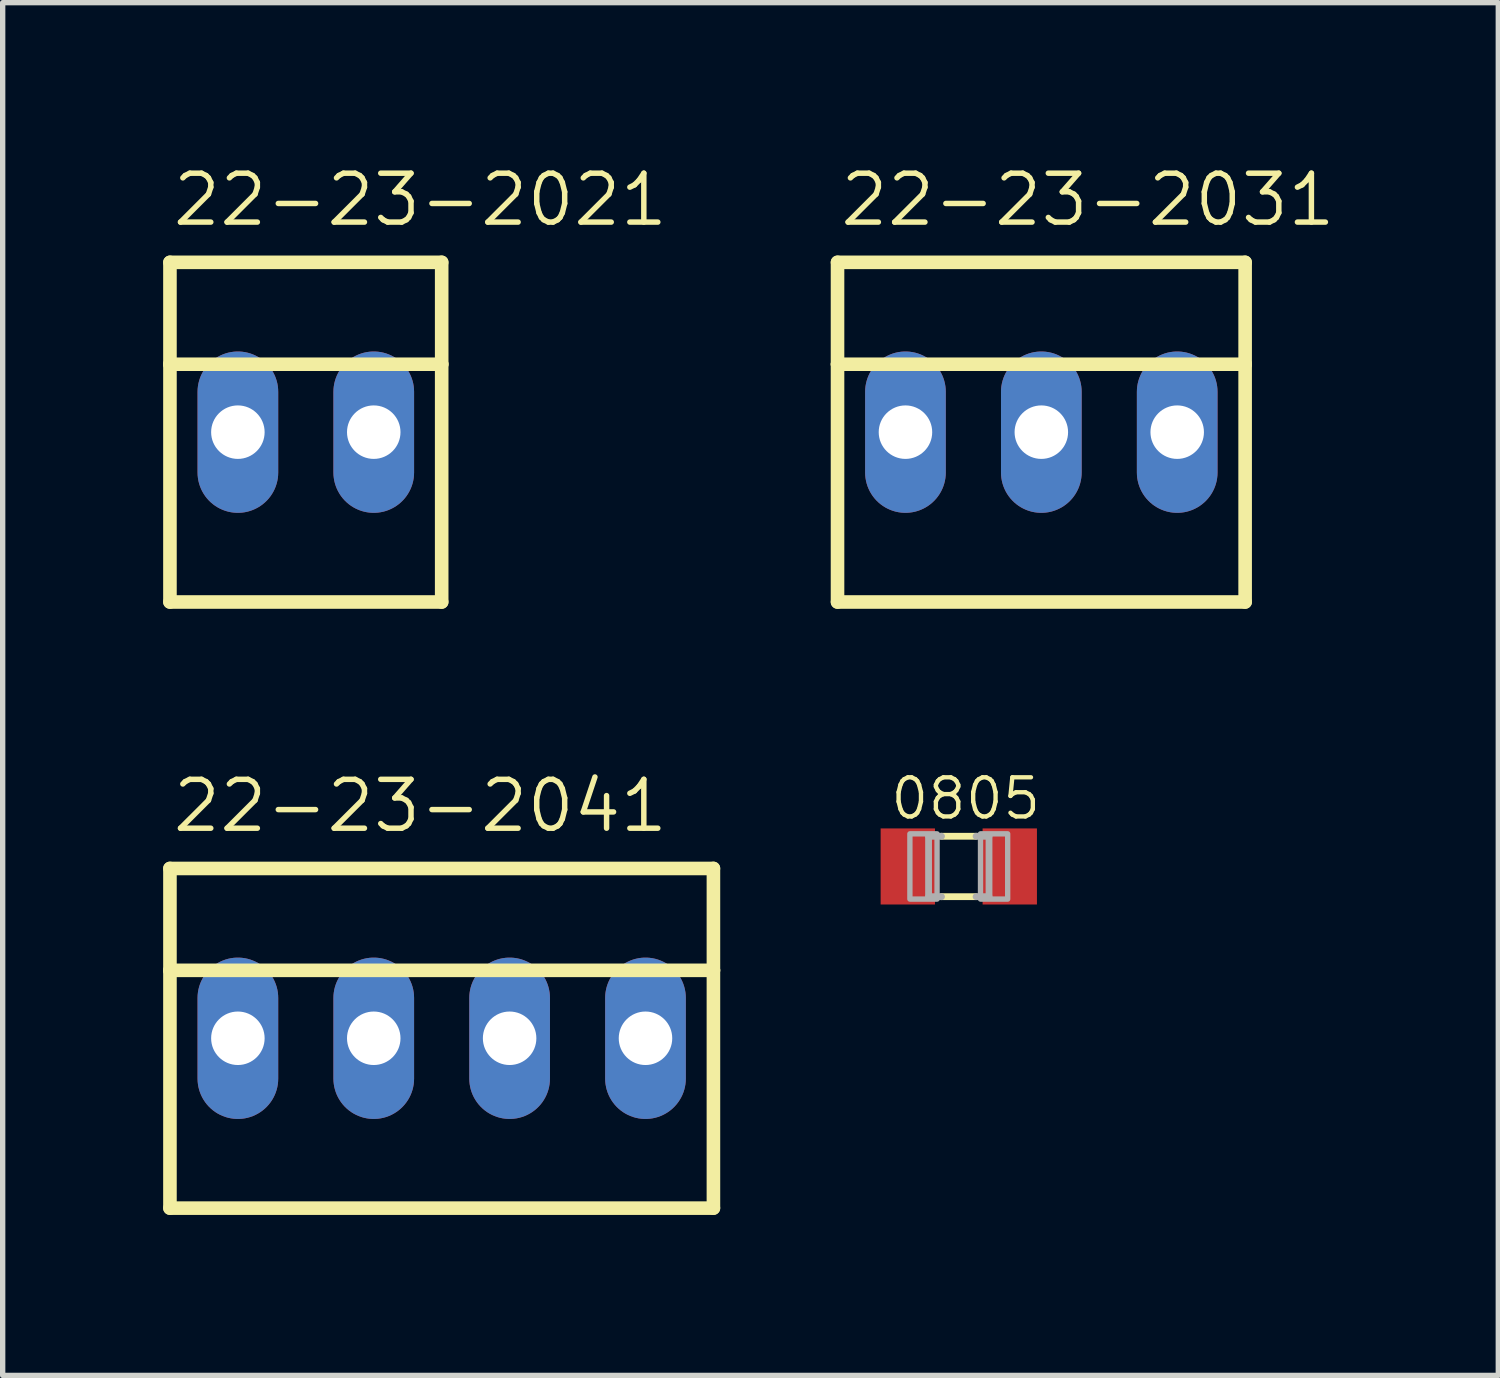
<source format=kicad_pcb>
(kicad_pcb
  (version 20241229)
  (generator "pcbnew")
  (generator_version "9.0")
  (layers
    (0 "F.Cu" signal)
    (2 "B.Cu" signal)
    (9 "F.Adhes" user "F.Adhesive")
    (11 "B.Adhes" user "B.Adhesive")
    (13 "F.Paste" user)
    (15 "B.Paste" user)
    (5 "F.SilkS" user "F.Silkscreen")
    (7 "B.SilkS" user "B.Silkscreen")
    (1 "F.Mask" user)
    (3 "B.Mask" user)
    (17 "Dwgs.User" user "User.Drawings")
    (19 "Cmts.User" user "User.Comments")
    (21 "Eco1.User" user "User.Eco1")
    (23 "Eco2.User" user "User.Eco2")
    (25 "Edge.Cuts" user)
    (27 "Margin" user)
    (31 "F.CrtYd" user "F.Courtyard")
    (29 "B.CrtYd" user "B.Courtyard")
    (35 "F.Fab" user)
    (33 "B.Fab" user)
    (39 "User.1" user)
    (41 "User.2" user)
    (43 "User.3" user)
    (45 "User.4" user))
  (footprint "22-23-2021"
    (layer "F.Cu")
    (at 2.667 5.029)
    (property "Reference" "22-23-2021" (at -2.54 -3.81 0) (layer "F.SilkS") (effects (font (size 0.914 0.914) (thickness 0.102)) (justify left bottom)))
    (fp_line (start -2.54 -3.175) (end 2.54 -3.175) (stroke (width 0.254) (type solid)) (layer "F.SilkS"))
    (fp_line (start -2.54 -1.27) (end -2.54 -3.175) (stroke (width 0.254) (type solid)) (layer "F.SilkS"))
    (fp_line (start -2.54 -1.27) (end 2.54 -1.27) (stroke (width 0.254) (type solid)) (layer "F.SilkS"))
    (fp_line (start -2.54 3.175) (end -2.54 -1.27) (stroke (width 0.254) (type solid)) (layer "F.SilkS"))
    (fp_line (start 2.54 -3.175) (end 2.54 -1.27) (stroke (width 0.254) (type solid)) (layer "F.SilkS"))
    (fp_line (start 2.54 -1.27) (end 2.54 3.175) (stroke (width 0.254) (type solid)) (layer "F.SilkS"))
    (fp_line (start 2.54 3.175) (end -2.54 3.175) (stroke (width 0.254) (type solid)) (layer "F.SilkS"))
    (pad "1" thru_hole oval (at -1.27 0 90) (size 3.016 1.508) (drill 1) (layers "*.Cu" "*.Mask"))
    (pad "2" thru_hole oval (at 1.27 0 90) (size 3.016 1.508) (drill 1) (layers "*.Cu" "*.Mask")))
  (footprint "22-23-2031"
    (layer "F.Cu")
    (at 16.417 5.029)
    (property "Reference" "22-23-2031" (at -3.81 -3.81 0) (layer "F.SilkS") (effects (font (size 0.914 0.914) (thickness 0.102)) (justify left bottom)))
    (fp_line (start -3.81 -3.175) (end 3.81 -3.175) (stroke (width 0.254) (type solid)) (layer "F.SilkS"))
    (fp_line (start -3.81 -1.27) (end -3.81 -3.175) (stroke (width 0.254) (type solid)) (layer "F.SilkS"))
    (fp_line (start -3.81 -1.27) (end 3.81 -1.27) (stroke (width 0.254) (type solid)) (layer "F.SilkS"))
    (fp_line (start -3.81 3.175) (end -3.81 -1.27) (stroke (width 0.254) (type solid)) (layer "F.SilkS"))
    (fp_line (start 3.81 -3.175) (end 3.81 -1.27) (stroke (width 0.254) (type solid)) (layer "F.SilkS"))
    (fp_line (start 3.81 -1.27) (end 3.81 3.175) (stroke (width 0.254) (type solid)) (layer "F.SilkS"))
    (fp_line (start 3.81 3.175) (end -3.81 3.175) (stroke (width 0.254) (type solid)) (layer "F.SilkS"))
    (pad "1" thru_hole oval (at -2.54 0 90) (size 3.016 1.508) (drill 1) (layers "*.Cu" "*.Mask"))
    (pad "2" thru_hole oval (at 0 0 90) (size 3.016 1.508) (drill 1) (layers "*.Cu" "*.Mask"))
    (pad "3" thru_hole oval (at 2.54 0 90) (size 3.016 1.508) (drill 1) (layers "*.Cu" "*.Mask")))
  (footprint "0805"
    (layer "F.Cu")
    (at 14.874 13.148)
    (property "Reference" "0805" (at -1.318 -0.841 0) (layer "F.SilkS") (effects (font (size 0.732 0.732) (thickness 0.081)) (justify left bottom)))
    (fp_line (start -0.323 -0.565) (end 0.323 -0.565) (stroke (width 0.127) (type solid)) (layer "F.SilkS"))
    (fp_line (start 0.323 0.565) (end -0.323 0.565) (stroke (width 0.127) (type solid)) (layer "F.SilkS"))
    (fp_line (start -0.565 -0.565) (end -0.565 0.565) (stroke (width 0.127) (type solid)) (layer "F.Fab"))
    (fp_line (start -0.565 0.565) (end -0.323 0.565) (stroke (width 0.127) (type solid)) (layer "F.Fab"))
    (fp_line (start -0.323 -0.565) (end -0.565 -0.565) (stroke (width 0.127) (type solid)) (layer "F.Fab"))
    (fp_line (start 0.323 -0.565) (end 0.565 -0.565) (stroke (width 0.127) (type solid)) (layer "F.Fab"))
    (fp_line (start 0.565 -0.565) (end 0.565 0.565) (stroke (width 0.127) (type solid)) (layer "F.Fab"))
    (fp_line (start 0.565 0.565) (end 0.323 0.565) (stroke (width 0.127) (type solid)) (layer "F.Fab"))
    (fp_poly (pts (xy -0.914 0.61) (xy -0.406 0.61) (xy -0.406 -0.61) (xy -0.914 -0.61)) (stroke (width 0.1) (type solid)) (fill no) (layer "F.Fab"))
    (fp_poly (pts (xy 0.406 0.61) (xy 0.914 0.61) (xy 0.914 -0.61) (xy 0.406 -0.61)) (stroke (width 0.1) (type solid)) (fill no) (layer "F.Fab"))
    (pad "1" smd rect (at -0.953 0) (size 1.016 1.422) (layers "F.Cu" "F.Mask" "F.Paste"))
    (pad "2" smd rect (at 0.953 0) (size 1.016 1.422) (layers "F.Cu" "F.Mask" "F.Paste")))
  (footprint "22-23-2041"
    (layer "F.Cu")
    (at 5.207 16.36)
    (property "Reference" "22-23-2041" (at -5.08 -3.81 0) (layer "F.SilkS") (effects (font (size 0.914 0.914) (thickness 0.102)) (justify left bottom)))
    (fp_line (start -5.08 -3.175) (end 5.08 -3.175) (stroke (width 0.254) (type solid)) (layer "F.SilkS"))
    (fp_line (start -5.08 -1.27) (end -5.08 -3.175) (stroke (width 0.254) (type solid)) (layer "F.SilkS"))
    (fp_line (start -5.08 -1.27) (end 5.08 -1.27) (stroke (width 0.254) (type solid)) (layer "F.SilkS"))
    (fp_line (start -5.08 3.175) (end -5.08 -1.27) (stroke (width 0.254) (type solid)) (layer "F.SilkS"))
    (fp_line (start 5.08 -3.175) (end 5.08 -1.27) (stroke (width 0.254) (type solid)) (layer "F.SilkS"))
    (fp_line (start 5.08 -1.27) (end 5.08 3.175) (stroke (width 0.254) (type solid)) (layer "F.SilkS"))
    (fp_line (start 5.08 3.175) (end -5.08 3.175) (stroke (width 0.254) (type solid)) (layer "F.SilkS"))
    (pad "1" thru_hole oval (at -3.81 0 90) (size 3.016 1.508) (drill 1) (layers "*.Cu" "*.Mask"))
    (pad "2" thru_hole oval (at -1.27 0 90) (size 3.016 1.508) (drill 1) (layers "*.Cu" "*.Mask"))
    (pad "3" thru_hole oval (at 1.27 0 90) (size 3.016 1.508) (drill 1) (layers "*.Cu" "*.Mask"))
    (pad "4" thru_hole oval (at 3.81 0 90) (size 3.016 1.508) (drill 1) (layers "*.Cu" "*.Mask")))
  (gr_rect
    (start -3 -3)
    (end 24.96 22.662)
    (stroke (width 0.1) (type default))
    (fill no)
    (layer "Edge.Cuts")))
</source>
